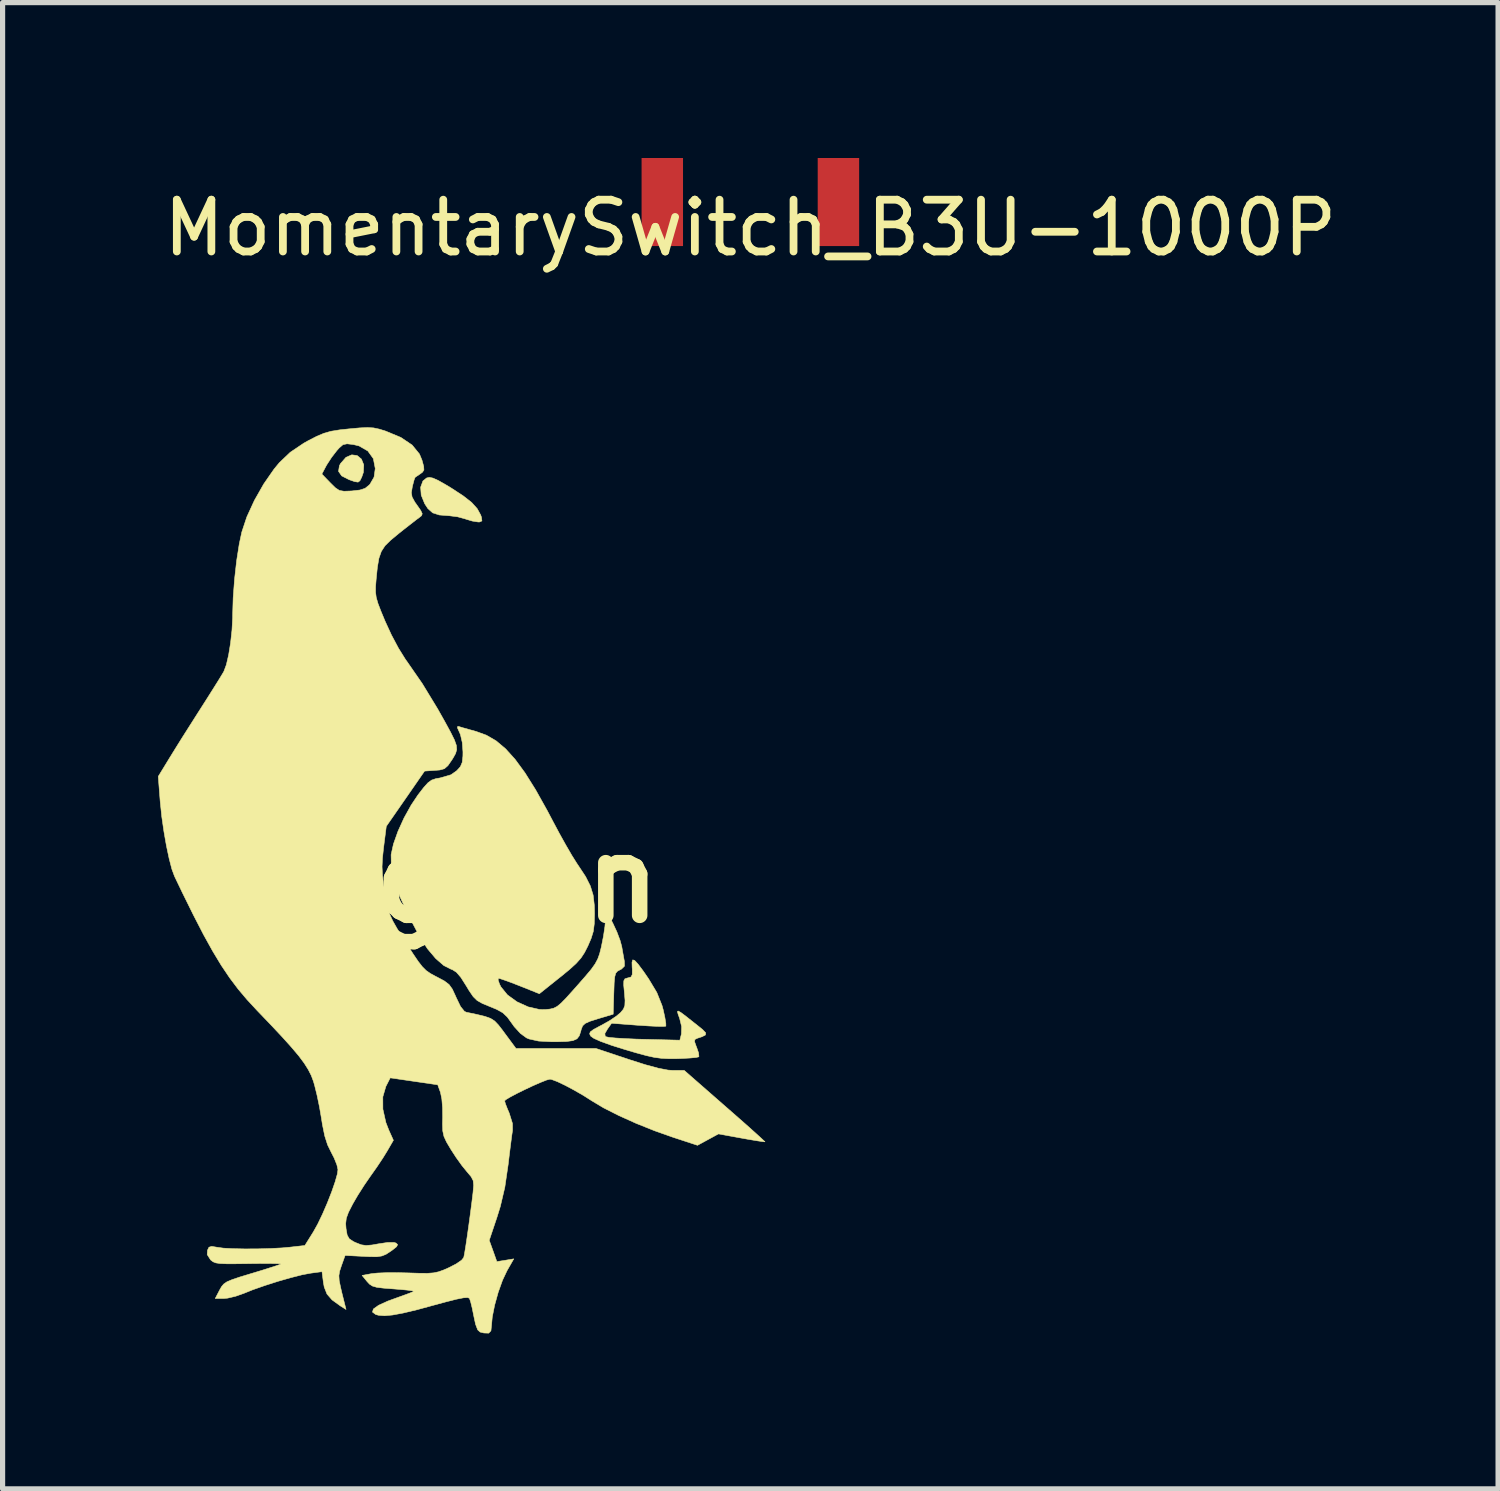
<source format=kicad_pcb>
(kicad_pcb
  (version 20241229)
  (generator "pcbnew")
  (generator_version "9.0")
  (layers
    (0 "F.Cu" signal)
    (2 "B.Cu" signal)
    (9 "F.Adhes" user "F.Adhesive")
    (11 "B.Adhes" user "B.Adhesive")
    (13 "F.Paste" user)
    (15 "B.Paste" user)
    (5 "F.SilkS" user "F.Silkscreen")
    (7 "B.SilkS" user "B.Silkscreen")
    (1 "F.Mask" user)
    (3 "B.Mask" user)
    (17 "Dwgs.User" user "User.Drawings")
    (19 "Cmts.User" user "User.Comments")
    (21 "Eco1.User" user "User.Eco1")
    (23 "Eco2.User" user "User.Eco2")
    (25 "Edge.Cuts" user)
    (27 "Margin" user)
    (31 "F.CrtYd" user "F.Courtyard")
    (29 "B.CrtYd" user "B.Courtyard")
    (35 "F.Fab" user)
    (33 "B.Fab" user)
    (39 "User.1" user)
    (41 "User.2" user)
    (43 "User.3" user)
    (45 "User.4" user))
  (footprint "MomentarySwitch_B3U-1000P"
    (layer "F.Cu")
    (at 11.435 0.85)
    (property "Reference" "MomentarySwitch_B3U-1000P" (at 0 0.5 0) (layer "F.SilkS") (effects (font (size 1 1) (thickness 0.15))))
    (attr through_hole)
    (pad "1" smd rect (at -1.7 0) (size 0.8 1.7) (layers "F.Cu" "F.Mask" "F.Paste"))
    (pad "2" smd rect (at 1.7 0 180) (size 0.8 1.7) (layers "F.Cu" "F.Mask" "F.Paste")))
  (footprint "pigeon"
    (layer "F.Cu")
    (at 5.887 13.93)
    (property "Reference" "pigeon" (at 0 0 0) (layer "F.SilkS") (effects (font (size 1.524 1.524) (thickness 0.3))))
    (attr through_hole)
    (fp_poly (pts (xy -2.042 -8.186) (xy -1.96 -8.118) (xy -1.915 -8.007) (xy -1.922 -7.862) (xy -1.954 -7.77) (xy -1.989 -7.7) (xy -2.025 -7.673) (xy -2.091 -7.683) (xy -2.199 -7.721) (xy -2.341 -7.793) (xy -2.402 -7.881) (xy -2.385 -7.99) (xy -2.363 -8.032) (xy -2.258 -8.152) (xy -2.146 -8.2) (xy -2.042 -8.186)) (stroke (width 0.01) (type solid)) (fill yes) (layer "F.SilkS"))
    (fp_poly (pts (xy -0.579 -7.751) (xy -0.479 -7.706) (xy -0.331 -7.622) (xy -0.22 -7.555) (xy 0.006 -7.407) (xy 0.168 -7.28) (xy 0.275 -7.161) (xy 0.342 -7.039) (xy 0.357 -6.996) (xy 0.366 -6.924) (xy 0.318 -6.903) (xy 0.289 -6.904) (xy 0.182 -6.921) (xy 0.054 -6.959) (xy 0.042 -6.964) (xy -0.105 -7.004) (xy -0.263 -7.024) (xy -0.275 -7.025) (xy -0.459 -7.039) (xy -0.584 -7.08) (xy -0.676 -7.161) (xy -0.738 -7.255) (xy -0.806 -7.422) (xy -0.817 -7.575) (xy -0.773 -7.695) (xy -0.702 -7.753) (xy -0.649 -7.765) (xy -0.579 -7.751)) (stroke (width 0.01) (type solid)) (fill yes) (layer "F.SilkS"))
    (fp_poly (pts (xy 3.314 1.56) (xy 3.38 1.631) (xy 3.481 1.766) (xy 3.584 1.916) (xy 3.742 2.179) (xy 3.843 2.431) (xy 3.866 2.515) (xy 3.898 2.662) (xy 3.916 2.774) (xy 3.917 2.828) (xy 3.916 2.829) (xy 3.868 2.834) (xy 3.753 2.833) (xy 3.587 2.825) (xy 3.389 2.812) (xy 3.382 2.812) (xy 2.869 2.773) (xy 2.789 2.886) (xy 2.739 2.972) (xy 2.746 3.021) (xy 2.761 3.033) (xy 2.82 3.046) (xy 2.948 3.058) (xy 3.13 3.069) (xy 3.349 3.079) (xy 3.501 3.083) (xy 4.187 3.1) (xy 4.217 2.98) (xy 4.221 2.837) (xy 4.183 2.681) (xy 4.153 2.598) (xy 4.14 2.548) (xy 4.154 2.536) (xy 4.205 2.564) (xy 4.301 2.636) (xy 4.452 2.756) (xy 4.501 2.794) (xy 4.626 2.895) (xy 4.686 2.958) (xy 4.681 2.999) (xy 4.614 3.033) (xy 4.52 3.064) (xy 4.477 3.086) (xy 4.471 3.129) (xy 4.503 3.219) (xy 4.512 3.241) (xy 4.548 3.345) (xy 4.555 3.413) (xy 4.552 3.421) (xy 4.501 3.433) (xy 4.386 3.444) (xy 4.226 3.453) (xy 4.136 3.456) (xy 3.974 3.457) (xy 3.834 3.45) (xy 3.697 3.432) (xy 3.539 3.397) (xy 3.34 3.343) (xy 3.136 3.283) (xy 2.868 3.199) (xy 2.662 3.125) (xy 2.526 3.064) (xy 2.468 3.023) (xy 2.445 2.978) (xy 2.458 2.94) (xy 2.519 2.894) (xy 2.643 2.827) (xy 2.677 2.81) (xy 2.828 2.725) (xy 2.962 2.635) (xy 3.043 2.567) (xy 3.098 2.5) (xy 3.125 2.43) (xy 3.129 2.332) (xy 3.117 2.185) (xy 3.103 2.037) (xy 3.105 1.954) (xy 3.126 1.915) (xy 3.171 1.9) (xy 3.185 1.897) (xy 3.244 1.88) (xy 3.268 1.833) (xy 3.269 1.733) (xy 3.266 1.695) (xy 3.263 1.596) (xy 3.277 1.549) (xy 3.314 1.56)) (stroke (width 0.01) (type solid)) (fill yes) (layer "F.SilkS"))
    (fp_poly (pts (xy -0.078 -2.955) (xy -0.01 -2.934) (xy 0.113 -2.899) (xy 0.254 -2.86) (xy 0.452 -2.788) (xy 0.64 -2.679) (xy 0.823 -2.525) (xy 1.007 -2.321) (xy 1.199 -2.059) (xy 1.403 -1.733) (xy 1.625 -1.336) (xy 1.739 -1.12) (xy 1.861 -0.891) (xy 1.986 -0.667) (xy 2.102 -0.467) (xy 2.198 -0.314) (xy 2.225 -0.274) (xy 2.367 -0.059) (xy 2.459 0.123) (xy 2.513 0.299) (xy 2.536 0.498) (xy 2.54 0.657) (xy 2.535 0.852) (xy 2.516 1) (xy 2.474 1.136) (xy 2.411 1.282) (xy 2.346 1.41) (xy 2.277 1.515) (xy 2.186 1.617) (xy 2.059 1.733) (xy 1.88 1.88) (xy 1.879 1.88) (xy 1.475 2.203) (xy 1.103 2.054) (xy 0.936 1.989) (xy 0.798 1.939) (xy 0.708 1.909) (xy 0.686 1.905) (xy 0.678 1.937) (xy 0.707 2.02) (xy 0.733 2.071) (xy 0.859 2.226) (xy 1.043 2.359) (xy 1.259 2.457) (xy 1.479 2.507) (xy 1.594 2.508) (xy 1.681 2.499) (xy 1.752 2.482) (xy 1.818 2.448) (xy 1.894 2.385) (xy 1.993 2.284) (xy 2.128 2.134) (xy 2.208 2.044) (xy 2.365 1.865) (xy 2.477 1.731) (xy 2.552 1.626) (xy 2.602 1.532) (xy 2.638 1.432) (xy 2.669 1.308) (xy 2.676 1.275) (xy 2.713 1.089) (xy 2.74 0.907) (xy 2.752 0.766) (xy 2.752 0.762) (xy 2.756 0.572) (xy 2.896 0.847) (xy 2.972 1.011) (xy 3.033 1.173) (xy 3.065 1.291) (xy 3.09 1.434) (xy 3.113 1.562) (xy 3.116 1.576) (xy 3.118 1.67) (xy 3.06 1.727) (xy 3.032 1.741) (xy 2.981 1.769) (xy 2.949 1.808) (xy 2.93 1.876) (xy 2.919 1.992) (xy 2.913 2.173) (xy 2.912 2.194) (xy 2.9 2.598) (xy 2.605 2.686) (xy 2.451 2.735) (xy 2.36 2.776) (xy 2.31 2.823) (xy 2.283 2.892) (xy 2.274 2.928) (xy 2.246 3.015) (xy 2.201 3.073) (xy 2.123 3.108) (xy 1.998 3.125) (xy 1.81 3.13) (xy 1.714 3.13) (xy 1.461 3.117) (xy 1.279 3.077) (xy 1.228 3.056) (xy 1.111 2.971) (xy 0.99 2.839) (xy 0.943 2.773) (xy 0.856 2.653) (xy 0.768 2.57) (xy 0.649 2.504) (xy 0.52 2.451) (xy 0.373 2.39) (xy 0.273 2.333) (xy 0.197 2.258) (xy 0.118 2.142) (xy 0.064 2.052) (xy -0.04 1.888) (xy -0.126 1.788) (xy -0.207 1.737) (xy -0.229 1.73) (xy -0.371 1.658) (xy -0.527 1.522) (xy -0.685 1.335) (xy -0.828 1.114) (xy -0.832 1.108) (xy -1.053 0.689) (xy -1.218 0.326) (xy -1.327 0.014) (xy -1.383 -0.253) (xy -1.387 -0.48) (xy -1.386 -0.487) (xy -1.341 -0.689) (xy -1.255 -0.931) (xy -1.138 -1.189) (xy -1 -1.438) (xy -0.869 -1.634) (xy -0.757 -1.779) (xy -0.675 -1.87) (xy -0.603 -1.922) (xy -0.523 -1.949) (xy -0.44 -1.963) (xy -0.231 -2.024) (xy -0.118 -2.104) (xy -0.049 -2.181) (xy -0.014 -2.264) (xy -0.001 -2.385) (xy 0 -2.465) (xy -0.013 -2.645) (xy -0.048 -2.798) (xy -0.068 -2.845) (xy -0.107 -2.931) (xy -0.1 -2.959) (xy -0.078 -2.955)) (stroke (width 0.01) (type solid)) (fill yes) (layer "F.SilkS"))
    (fp_poly (pts (xy -1.727 -8.72) (xy -1.618 -8.697) (xy -1.495 -8.659) (xy -1.199 -8.536) (xy -0.981 -8.389) (xy -0.84 -8.216) (xy -0.791 -8.098) (xy -0.758 -7.976) (xy -0.754 -7.907) (xy -0.783 -7.863) (xy -0.821 -7.835) (xy -0.894 -7.786) (xy -0.925 -7.764) (xy -0.942 -7.72) (xy -0.968 -7.623) (xy -0.978 -7.581) (xy -0.996 -7.47) (xy -0.982 -7.385) (xy -0.929 -7.288) (xy -0.887 -7.229) (xy -0.814 -7.124) (xy -0.786 -7.062) (xy -0.801 -7.024) (xy -0.834 -6.997) (xy -0.899 -6.949) (xy -1.012 -6.861) (xy -1.153 -6.751) (xy -1.238 -6.683) (xy -1.394 -6.554) (xy -1.504 -6.446) (xy -1.576 -6.336) (xy -1.622 -6.205) (xy -1.652 -6.031) (xy -1.676 -5.794) (xy -1.676 -5.793) (xy -1.687 -5.654) (xy -1.687 -5.546) (xy -1.674 -5.446) (xy -1.641 -5.332) (xy -1.584 -5.183) (xy -1.503 -4.988) (xy -1.381 -4.723) (xy -1.246 -4.469) (xy -1.114 -4.257) (xy -1.082 -4.212) (xy -0.785 -3.783) (xy -0.492 -3.302) (xy -0.349 -3.048) (xy -0.238 -2.844) (xy -0.165 -2.697) (xy -0.127 -2.59) (xy -0.121 -2.508) (xy -0.143 -2.433) (xy -0.19 -2.349) (xy -0.212 -2.314) (xy -0.29 -2.201) (xy -0.358 -2.141) (xy -0.448 -2.116) (xy -0.537 -2.109) (xy -0.741 -2.095) (xy -1.11 -1.562) (xy -1.48 -1.029) (xy -1.532 -0.62) (xy -1.554 -0.416) (xy -1.562 -0.249) (xy -1.554 -0.087) (xy -1.53 0.106) (xy -1.507 0.243) (xy -1.476 0.423) (xy -1.446 0.562) (xy -1.409 0.68) (xy -1.355 0.798) (xy -1.277 0.936) (xy -1.166 1.115) (xy -1.097 1.224) (xy -0.965 1.43) (xy -0.865 1.578) (xy -0.784 1.682) (xy -0.711 1.755) (xy -0.631 1.811) (xy -0.534 1.864) (xy -0.502 1.88) (xy -0.36 1.956) (xy -0.269 2.025) (xy -0.205 2.114) (xy -0.142 2.25) (xy -0.131 2.276) (xy -0.047 2.45) (xy 0.028 2.543) (xy 0.064 2.56) (xy 0.278 2.605) (xy 0.429 2.642) (xy 0.534 2.68) (xy 0.612 2.73) (xy 0.682 2.803) (xy 0.763 2.907) (xy 0.807 2.967) (xy 1.024 3.26) (xy 2.569 3.26) (xy 3.2 3.471) (xy 3.52 3.573) (xy 3.771 3.641) (xy 3.959 3.677) (xy 4.051 3.683) (xy 4.271 3.683) (xy 5.055 4.369) (xy 5.271 4.558) (xy 5.463 4.727) (xy 5.623 4.87) (xy 5.743 4.979) (xy 5.814 5.045) (xy 5.83 5.062) (xy 5.787 5.058) (xy 5.679 5.042) (xy 5.522 5.016) (xy 5.376 4.99) (xy 4.932 4.909) (xy 4.528 5.129) (xy 4.052 4.973) (xy 3.696 4.847) (xy 3.342 4.705) (xy 3.009 4.555) (xy 2.718 4.408) (xy 2.492 4.273) (xy 2.327 4.168) (xy 2.148 4.065) (xy 1.974 3.972) (xy 1.823 3.9) (xy 1.714 3.859) (xy 1.68 3.852) (xy 1.614 3.869) (xy 1.498 3.915) (xy 1.351 3.979) (xy 1.192 4.054) (xy 1.038 4.13) (xy 0.91 4.198) (xy 0.827 4.248) (xy 0.804 4.271) (xy 0.82 4.328) (xy 0.861 4.433) (xy 0.893 4.507) (xy 0.956 4.709) (xy 0.957 4.841) (xy 0.943 4.933) (xy 0.923 5.089) (xy 0.898 5.286) (xy 0.872 5.505) (xy 0.869 5.524) (xy 0.808 5.94) (xy 0.721 6.31) (xy 0.656 6.519) (xy 0.507 6.963) (xy 0.581 7.168) (xy 0.654 7.374) (xy 0.818 7.348) (xy 0.981 7.321) (xy 0.85 7.55) (xy 0.763 7.735) (xy 0.68 7.967) (xy 0.612 8.212) (xy 0.566 8.442) (xy 0.551 8.604) (xy 0.54 8.71) (xy 0.497 8.755) (xy 0.404 8.752) (xy 0.331 8.734) (xy 0.284 8.691) (xy 0.243 8.583) (xy 0.209 8.425) (xy 0.178 8.271) (xy 0.148 8.149) (xy 0.125 8.083) (xy 0.125 8.082) (xy 0.09 8.068) (xy 0.009 8.073) (xy -0.127 8.1) (xy -0.328 8.151) (xy -0.557 8.213) (xy -0.891 8.304) (xy -1.155 8.367) (xy -1.36 8.405) (xy -1.515 8.419) (xy -1.63 8.41) (xy -1.684 8.395) (xy -1.747 8.348) (xy -1.729 8.289) (xy -1.63 8.218) (xy -1.453 8.137) (xy -1.319 8.088) (xy -1.16 8.031) (xy -1.033 7.984) (xy -0.959 7.954) (xy -0.948 7.948) (xy -0.979 7.937) (xy -1.078 7.924) (xy -1.227 7.91) (xy -1.343 7.901) (xy -1.536 7.886) (xy -1.664 7.87) (xy -1.747 7.846) (xy -1.804 7.809) (xy -1.852 7.757) (xy -1.947 7.641) (xy -1.767 7.607) (xy -1.653 7.595) (xy -1.48 7.588) (xy -1.27 7.587) (xy -1.063 7.592) (xy -0.841 7.599) (xy -0.682 7.6) (xy -0.565 7.591) (xy -0.468 7.57) (xy -0.369 7.534) (xy -0.274 7.492) (xy -0.13 7.418) (xy -0.027 7.347) (xy 0.015 7.295) (xy 0.03 7.221) (xy 0.053 7.081) (xy 0.081 6.894) (xy 0.112 6.676) (xy 0.143 6.447) (xy 0.172 6.224) (xy 0.194 6.043) (xy 0.206 5.902) (xy 0.197 5.81) (xy 0.156 5.732) (xy 0.078 5.64) (xy -0.019 5.521) (xy -0.133 5.362) (xy -0.234 5.206) (xy -0.318 5.064) (xy -0.367 4.957) (xy -0.39 4.852) (xy -0.395 4.718) (xy -0.392 4.593) (xy -0.394 4.405) (xy -0.408 4.234) (xy -0.433 4.113) (xy -0.434 4.108) (xy -0.487 3.961) (xy -1.404 3.827) (xy -1.489 3.994) (xy -1.547 4.193) (xy -1.546 4.431) (xy -1.488 4.69) (xy -1.432 4.834) (xy -1.343 5.032) (xy -1.461 5.236) (xy -1.546 5.374) (xy -1.659 5.544) (xy -1.776 5.71) (xy -1.78 5.715) (xy -1.904 5.895) (xy -2.032 6.096) (xy -2.13 6.265) (xy -2.21 6.422) (xy -2.252 6.537) (xy -2.264 6.641) (xy -2.257 6.737) (xy -2.235 6.863) (xy -2.193 6.936) (xy -2.109 6.99) (xy -2.067 7.009) (xy -1.965 7.049) (xy -1.872 7.063) (xy -1.755 7.053) (xy -1.631 7.031) (xy -1.45 7.004) (xy -1.327 7.005) (xy -1.292 7.016) (xy -1.261 7.046) (xy -1.282 7.087) (xy -1.364 7.152) (xy -1.394 7.173) (xy -1.484 7.232) (xy -1.564 7.265) (xy -1.659 7.28) (xy -1.796 7.279) (xy -1.92 7.273) (xy -2.275 7.255) (xy -2.346 7.453) (xy -2.381 7.559) (xy -2.395 7.646) (xy -2.389 7.742) (xy -2.361 7.877) (xy -2.338 7.975) (xy -2.257 8.298) (xy -2.367 8.229) (xy -2.527 8.113) (xy -2.625 8) (xy -2.678 7.866) (xy -2.694 7.778) (xy -2.721 7.568) (xy -2.938 7.597) (xy -3.104 7.628) (xy -3.324 7.684) (xy -3.572 7.755) (xy -3.825 7.836) (xy -4.057 7.917) (xy -4.228 7.986) (xy -4.386 8.042) (xy -4.542 8.079) (xy -4.619 8.086) (xy -4.782 8.086) (xy -4.698 7.924) (xy -4.66 7.857) (xy -4.618 7.807) (xy -4.556 7.764) (xy -4.459 7.723) (xy -4.312 7.673) (xy -4.101 7.609) (xy -4.074 7.601) (xy -3.873 7.54) (xy -3.703 7.486) (xy -3.579 7.446) (xy -3.517 7.422) (xy -3.514 7.42) (xy -3.546 7.414) (xy -3.649 7.411) (xy -3.809 7.41) (xy -4.012 7.411) (xy -4.14 7.413) (xy -4.388 7.416) (xy -4.567 7.416) (xy -4.689 7.411) (xy -4.77 7.399) (xy -4.823 7.378) (xy -4.863 7.348) (xy -4.874 7.337) (xy -4.937 7.238) (xy -4.932 7.155) (xy -4.903 7.096) (xy -4.85 7.08) (xy -4.748 7.097) (xy -4.626 7.114) (xy -4.441 7.124) (xy -4.214 7.129) (xy -3.965 7.128) (xy -3.715 7.121) (xy -3.486 7.109) (xy -3.336 7.095) (xy -3.052 7.063) (xy -2.889 6.802) (xy -2.803 6.648) (xy -2.71 6.454) (xy -2.618 6.241) (xy -2.534 6.027) (xy -2.467 5.833) (xy -2.424 5.68) (xy -2.413 5.599) (xy -2.434 5.505) (xy -2.487 5.373) (xy -2.54 5.27) (xy -2.613 5.121) (xy -2.668 4.949) (xy -2.713 4.729) (xy -2.732 4.608) (xy -2.77 4.387) (xy -2.817 4.161) (xy -2.865 3.967) (xy -2.886 3.895) (xy -2.928 3.782) (xy -2.986 3.668) (xy -3.064 3.544) (xy -3.17 3.402) (xy -3.311 3.235) (xy -3.494 3.032) (xy -3.724 2.787) (xy -3.981 2.519) (xy -4.168 2.317) (xy -4.341 2.112) (xy -4.505 1.894) (xy -4.667 1.653) (xy -4.833 1.378) (xy -5.008 1.062) (xy -5.199 0.692) (xy -5.412 0.261) (xy -5.568 -0.064) (xy -5.619 -0.202) (xy -5.672 -0.406) (xy -5.725 -0.656) (xy -5.773 -0.931) (xy -5.814 -1.214) (xy -5.842 -1.484) (xy -5.845 -1.514) (xy -5.882 -1.991) (xy -5.656 -2.361) (xy -5.551 -2.531) (xy -5.415 -2.749) (xy -5.262 -2.99) (xy -5.109 -3.231) (xy -5.05 -3.323) (xy -4.919 -3.529) (xy -4.8 -3.718) (xy -4.703 -3.873) (xy -4.637 -3.982) (xy -4.615 -4.02) (xy -4.567 -4.149) (xy -4.523 -4.34) (xy -4.486 -4.569) (xy -4.459 -4.815) (xy -4.446 -5.055) (xy -4.446 -5.104) (xy -4.436 -5.439) (xy -4.409 -5.799) (xy -4.369 -6.156) (xy -4.318 -6.481) (xy -4.269 -6.71) (xy -4.172 -7.002) (xy -4.026 -7.32) (xy -3.846 -7.637) (xy -3.713 -7.829) (xy -2.724 -7.829) (xy -2.558 -7.657) (xy -2.461 -7.562) (xy -2.385 -7.512) (xy -2.296 -7.497) (xy -2.161 -7.502) (xy -2.142 -7.503) (xy -1.988 -7.521) (xy -1.888 -7.554) (xy -1.812 -7.615) (xy -1.793 -7.636) (xy -1.716 -7.77) (xy -1.693 -7.935) (xy -1.73 -8.127) (xy -1.837 -8.275) (xy -2.006 -8.372) (xy -2.117 -8.399) (xy -2.238 -8.413) (xy -2.317 -8.396) (xy -2.39 -8.332) (xy -2.434 -8.283) (xy -2.536 -8.151) (xy -2.627 -8.011) (xy -2.643 -7.983) (xy -2.724 -7.829) (xy -3.713 -7.829) (xy -3.647 -7.924) (xy -3.546 -8.047) (xy -3.334 -8.249) (xy -3.07 -8.427) (xy -2.991 -8.471) (xy -2.822 -8.558) (xy -2.684 -8.616) (xy -2.547 -8.655) (xy -2.38 -8.682) (xy -2.201 -8.701) (xy -1.994 -8.72) (xy -1.844 -8.727) (xy -1.727 -8.72)) (stroke (width 0.01) (type solid)) (fill yes) (layer "F.SilkS")))
  (gr_rect
    (start -3 -3)
    (end 25.869 25.691)
    (stroke (width 0.1) (type default))
    (fill no)
    (layer "Edge.Cuts")))
</source>
